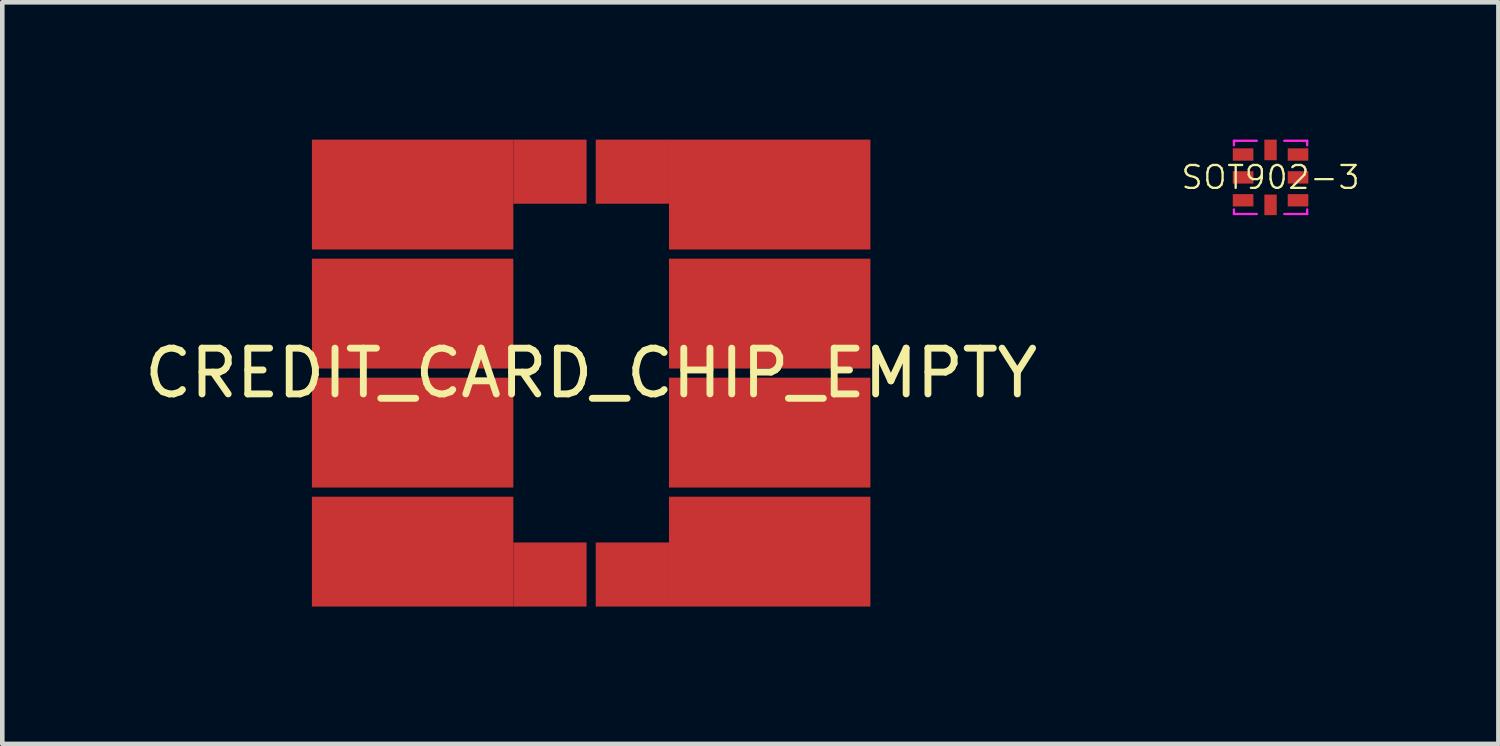
<source format=kicad_pcb>
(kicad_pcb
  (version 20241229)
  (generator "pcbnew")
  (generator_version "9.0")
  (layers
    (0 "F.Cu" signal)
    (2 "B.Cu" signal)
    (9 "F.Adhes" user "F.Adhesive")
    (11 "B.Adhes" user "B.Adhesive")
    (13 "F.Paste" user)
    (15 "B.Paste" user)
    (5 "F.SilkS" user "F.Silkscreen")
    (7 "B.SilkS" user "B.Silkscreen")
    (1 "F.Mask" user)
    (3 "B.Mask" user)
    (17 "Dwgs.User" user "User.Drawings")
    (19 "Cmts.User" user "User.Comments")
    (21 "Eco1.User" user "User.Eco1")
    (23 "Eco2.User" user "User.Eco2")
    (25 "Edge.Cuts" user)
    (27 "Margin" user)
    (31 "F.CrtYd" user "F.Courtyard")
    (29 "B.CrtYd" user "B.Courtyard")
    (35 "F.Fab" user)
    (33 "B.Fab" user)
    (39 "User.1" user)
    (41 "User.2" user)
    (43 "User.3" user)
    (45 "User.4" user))
  (footprint "CREDIT_CARD_CHIP_EMPTY"
    (layer "F.Cu")
    (at 9.863 5.1)
    (property "Reference" "CREDIT_CARD_CHIP_EMPTY" (at 0 0 0) (layer "F.SilkS") (effects (font (size 1 1) (thickness 0.15))))
    (attr through_hole)
    (pad "C1" smd rect (at -3.9 -3.9) (size 4.4 2.4) (layers "F.Cu" "F.Mask"))
    (pad "C1" smd rect (at -0.9 -4.4) (size 1.6 1.4) (layers "F.Cu" "F.Mask"))
    (pad "C2" smd rect (at -3.9 -1.3) (size 4.4 2.4) (layers "F.Cu" "F.Mask"))
    (pad "C3" smd rect (at -3.9 1.3) (size 4.4 2.4) (layers "F.Cu" "F.Mask"))
    (pad "C4" smd rect (at -3.9 3.9) (size 4.4 2.4) (layers "F.Cu" "F.Mask"))
    (pad "C4" smd rect (at -0.9 4.4) (size 1.6 1.4) (layers "F.Cu" "F.Mask"))
    (pad "C5" smd rect (at 0.9 -4.4) (size 1.6 1.4) (layers "F.Cu" "F.Mask"))
    (pad "C5" smd rect (at 3.9 -3.9) (size 4.4 2.4) (layers "F.Cu" "F.Mask"))
    (pad "C6" smd rect (at 3.9 -1.3) (size 4.4 2.4) (layers "F.Cu" "F.Mask"))
    (pad "C7" smd rect (at 3.9 1.3) (size 4.4 2.4) (layers "F.Cu" "F.Mask"))
    (pad "C8" smd rect (at 0.9 4.4) (size 1.6 1.4) (layers "F.Cu" "F.Mask"))
    (pad "C8" smd rect (at 3.9 3.9) (size 4.4 2.4) (layers "F.Cu" "F.Mask")))
  (footprint "SOT902-3"
    (layer "F.Cu")
    (at 24.704 0.825)
    (property "Reference" "SOT902-3" (at 0 0 0) (layer "F.SilkS") (effects (font (size 0.5 0.5) (thickness 0.05))))
    (attr through_hole)
    (fp_line (start -0.8 -0.8) (end -0.3 -0.8) (stroke (width 0.05) (type solid)) (layer "F.CrtYd"))
    (fp_line (start -0.8 -0.7) (end -0.8 -0.8) (stroke (width 0.05) (type solid)) (layer "F.CrtYd"))
    (fp_line (start -0.8 0.7) (end -0.8 0.8) (stroke (width 0.05) (type solid)) (layer "F.CrtYd"))
    (fp_line (start -0.3 0.8) (end -0.8 0.8) (stroke (width 0.05) (type solid)) (layer "F.CrtYd"))
    (fp_line (start 0.3 -0.8) (end 0.8 -0.8) (stroke (width 0.05) (type solid)) (layer "F.CrtYd"))
    (fp_line (start 0.8 -0.7) (end 0.8 -0.8) (stroke (width 0.05) (type solid)) (layer "F.CrtYd"))
    (fp_line (start 0.8 0.7) (end 0.8 0.8) (stroke (width 0.05) (type solid)) (layer "F.CrtYd"))
    (fp_line (start 0.8 0.8) (end 0.3 0.8) (stroke (width 0.05) (type solid)) (layer "F.CrtYd"))
    (pad "1" smd rect (at -0.6 -0.5) (size 0.45 0.27) (layers "F.Cu" "F.Mask" "F.Paste"))
    (pad "2" smd rect (at -0.6 0) (size 0.45 0.27) (layers "F.Cu" "F.Mask" "F.Paste"))
    (pad "3" smd rect (at -0.6 0.5) (size 0.45 0.27) (layers "F.Cu" "F.Mask" "F.Paste"))
    (pad "4" smd rect (at 0 0.6 90) (size 0.45 0.27) (layers "F.Cu" "F.Mask" "F.Paste"))
    (pad "5" smd rect (at 0.6 0.5) (size 0.45 0.27) (layers "F.Cu" "F.Mask" "F.Paste"))
    (pad "6" smd rect (at 0.6 0) (size 0.45 0.27) (layers "F.Cu" "F.Mask" "F.Paste"))
    (pad "7" smd rect (at 0.6 -0.5) (size 0.45 0.27) (layers "F.Cu" "F.Mask" "F.Paste"))
    (pad "8" smd rect (at 0 -0.6 90) (size 0.45 0.27) (layers "F.Cu" "F.Mask" "F.Paste")))
  (gr_rect
    (start -3 -3)
    (end 29.681 13.2)
    (stroke (width 0.1) (type default))
    (fill no)
    (layer "Edge.Cuts")))
</source>
